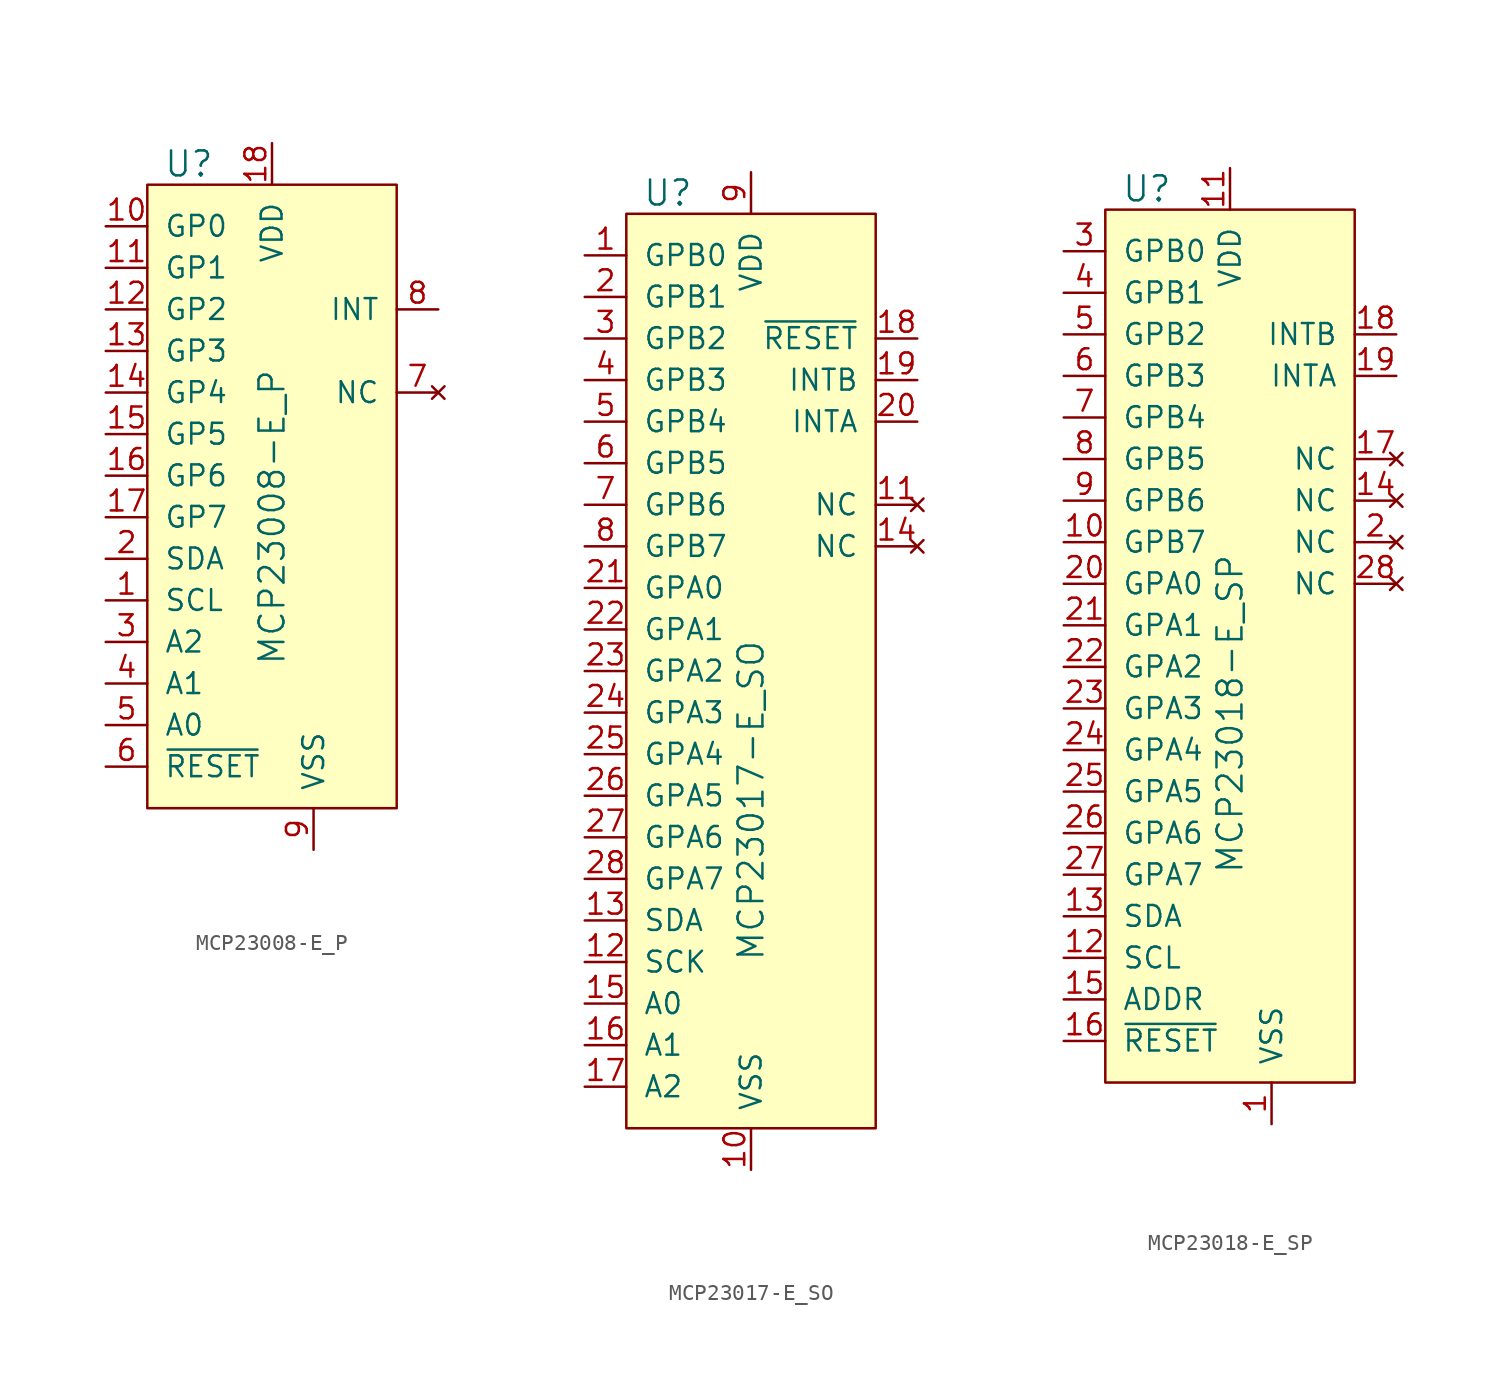
<source format=kicad_sym>
(kicad_symbol_lib
  (version 20231120)
  (generator "kicad_symbol_editor")
  (generator_version "8.0")
  (symbol "MCP23008-E_P"
    (pin_names
      (offset 1.016))
    (property "Reference" "U"
      (at -7.62 16.51 0)
      (effects (font (size 1.524 1.524))))
    (property "Value" "MCP23008-E_P"
      (at -2.54 -5.08 90)
      (effects (font (size 1.524 1.524))))
    (symbol "MCP23008-E_P_0_1"
      (rectangle (start -10.16 15.24) (end 5.08 -22.86) (stroke (width 0) (type solid)) (fill (type background))))
    (symbol "MCP23008-E_P_1_1"
      (pin input line (at -12.7 -10.16 0) (length 2.54) (name "SCL" (effects (font (size 1.27 1.27)))) (number "1" (effects (font (size 1.27 1.27)))))
      (pin bidirectional line (at -12.7 12.7 0) (length 2.54) (name "GP0" (effects (font (size 1.27 1.27)))) (number "10" (effects (font (size 1.27 1.27)))))
      (pin bidirectional line (at -12.7 10.16 0) (length 2.54) (name "GP1" (effects (font (size 1.27 1.27)))) (number "11" (effects (font (size 1.27 1.27)))))
      (pin bidirectional line (at -12.7 7.62 0) (length 2.54) (name "GP2" (effects (font (size 1.27 1.27)))) (number "12" (effects (font (size 1.27 1.27)))))
      (pin bidirectional line (at -12.7 5.08 0) (length 2.54) (name "GP3" (effects (font (size 1.27 1.27)))) (number "13" (effects (font (size 1.27 1.27)))))
      (pin bidirectional line (at -12.7 2.54 0) (length 2.54) (name "GP4" (effects (font (size 1.27 1.27)))) (number "14" (effects (font (size 1.27 1.27)))))
      (pin bidirectional line (at -12.7 0 0) (length 2.54) (name "GP5" (effects (font (size 1.27 1.27)))) (number "15" (effects (font (size 1.27 1.27)))))
      (pin bidirectional line (at -12.7 -2.54 0) (length 2.54) (name "GP6" (effects (font (size 1.27 1.27)))) (number "16" (effects (font (size 1.27 1.27)))))
      (pin bidirectional line (at -12.7 -5.08 0) (length 2.54) (name "GP7" (effects (font (size 1.27 1.27)))) (number "17" (effects (font (size 1.27 1.27)))))
      (pin power_in line (at -2.54 17.78 270) (length 2.54) (name "VDD" (effects (font (size 1.27 1.27)))) (number "18" (effects (font (size 1.27 1.27)))))
      (pin bidirectional line (at -12.7 -7.62 0) (length 2.54) (name "SDA" (effects (font (size 1.27 1.27)))) (number "2" (effects (font (size 1.27 1.27)))))
      (pin input line (at -12.7 -12.7 0) (length 2.54) (name "A2" (effects (font (size 1.27 1.27)))) (number "3" (effects (font (size 1.27 1.27)))))
      (pin input line (at -12.7 -15.24 0) (length 2.54) (name "A1" (effects (font (size 1.27 1.27)))) (number "4" (effects (font (size 1.27 1.27)))))
      (pin input line (at -12.7 -17.78 0) (length 2.54) (name "A0" (effects (font (size 1.27 1.27)))) (number "5" (effects (font (size 1.27 1.27)))))
      (pin input line (at -12.7 -20.32 0) (length 2.54) (name "~{RESET}" (effects (font (size 1.27 1.27)))) (number "6" (effects (font (size 1.27 1.27)))))
      (pin no_connect line (at 7.62 2.54 180) (length 2.54) (name "NC" (effects (font (size 1.27 1.27)))) (number "7" (effects (font (size 1.27 1.27)))))
      (pin output line (at 7.62 7.62 180) (length 2.54) (name "INT" (effects (font (size 1.27 1.27)))) (number "8" (effects (font (size 1.27 1.27)))))
      (pin power_in line (at 0 -25.4 90) (length 2.54) (name "VSS" (effects (font (size 1.27 1.27)))) (number "9" (effects (font (size 1.27 1.27)))))))
  (symbol "MCP23017-E_SO"
    (pin_names
      (offset 1.016))
    (property "Reference" "U"
      (at -2.54 19.05 0)
      (effects (font (size 1.524 1.524))))
    (property "Value" "MCP23017-E_SO"
      (at 2.54 -27.94 90)
      (effects (font (size 1.524 1.524)) (justify left)))
    (symbol "MCP23017-E_SO_0_1"
      (rectangle (start -5.08 17.78) (end 10.16 -38.1) (stroke (width 0) (type solid)) (fill (type background))))
    (symbol "MCP23017-E_SO_1_1"
      (pin bidirectional line (at -7.62 15.24 0) (length 2.54) (name "GPB0" (effects (font (size 1.27 1.27)))) (number "1" (effects (font (size 1.27 1.27)))))
      (pin power_in line (at 2.54 -40.64 90) (length 2.54) (name "VSS" (effects (font (size 1.27 1.27)))) (number "10" (effects (font (size 1.27 1.27)))))
      (pin no_connect line (at 12.7 0 180) (length 2.54) (name "NC" (effects (font (size 1.27 1.27)))) (number "11" (effects (font (size 1.27 1.27)))))
      (pin input line (at -7.62 -27.94 0) (length 2.54) (name "SCK" (effects (font (size 1.27 1.27)))) (number "12" (effects (font (size 1.27 1.27)))))
      (pin bidirectional line (at -7.62 -25.4 0) (length 2.54) (name "SDA" (effects (font (size 1.27 1.27)))) (number "13" (effects (font (size 1.27 1.27)))))
      (pin no_connect line (at 12.7 -2.54 180) (length 2.54) (name "NC" (effects (font (size 1.27 1.27)))) (number "14" (effects (font (size 1.27 1.27)))))
      (pin input line (at -7.62 -30.48 0) (length 2.54) (name "A0" (effects (font (size 1.27 1.27)))) (number "15" (effects (font (size 1.27 1.27)))))
      (pin input line (at -7.62 -33.02 0) (length 2.54) (name "A1" (effects (font (size 1.27 1.27)))) (number "16" (effects (font (size 1.27 1.27)))))
      (pin input line (at -7.62 -35.56 0) (length 2.54) (name "A2" (effects (font (size 1.27 1.27)))) (number "17" (effects (font (size 1.27 1.27)))))
      (pin output line (at 12.7 10.16 180) (length 2.54) (name "~{RESET}" (effects (font (size 1.27 1.27)))) (number "18" (effects (font (size 1.27 1.27)))))
      (pin output line (at 12.7 7.62 180) (length 2.54) (name "INTB" (effects (font (size 1.27 1.27)))) (number "19" (effects (font (size 1.27 1.27)))))
      (pin bidirectional line (at -7.62 12.7 0) (length 2.54) (name "GPB1" (effects (font (size 1.27 1.27)))) (number "2" (effects (font (size 1.27 1.27)))))
      (pin output line (at 12.7 5.08 180) (length 2.54) (name "INTA" (effects (font (size 1.27 1.27)))) (number "20" (effects (font (size 1.27 1.27)))))
      (pin bidirectional line (at -7.62 -5.08 0) (length 2.54) (name "GPA0" (effects (font (size 1.27 1.27)))) (number "21" (effects (font (size 1.27 1.27)))))
      (pin bidirectional line (at -7.62 -7.62 0) (length 2.54) (name "GPA1" (effects (font (size 1.27 1.27)))) (number "22" (effects (font (size 1.27 1.27)))))
      (pin bidirectional line (at -7.62 -10.16 0) (length 2.54) (name "GPA2" (effects (font (size 1.27 1.27)))) (number "23" (effects (font (size 1.27 1.27)))))
      (pin bidirectional line (at -7.62 -12.7 0) (length 2.54) (name "GPA3" (effects (font (size 1.27 1.27)))) (number "24" (effects (font (size 1.27 1.27)))))
      (pin bidirectional line (at -7.62 -15.24 0) (length 2.54) (name "GPA4" (effects (font (size 1.27 1.27)))) (number "25" (effects (font (size 1.27 1.27)))))
      (pin bidirectional line (at -7.62 -17.78 0) (length 2.54) (name "GPA5" (effects (font (size 1.27 1.27)))) (number "26" (effects (font (size 1.27 1.27)))))
      (pin bidirectional line (at -7.62 -20.32 0) (length 2.54) (name "GPA6" (effects (font (size 1.27 1.27)))) (number "27" (effects (font (size 1.27 1.27)))))
      (pin bidirectional line (at -7.62 -22.86 0) (length 2.54) (name "GPA7" (effects (font (size 1.27 1.27)))) (number "28" (effects (font (size 1.27 1.27)))))
      (pin bidirectional line (at -7.62 10.16 0) (length 2.54) (name "GPB2" (effects (font (size 1.27 1.27)))) (number "3" (effects (font (size 1.27 1.27)))))
      (pin bidirectional line (at -7.62 7.62 0) (length 2.54) (name "GPB3" (effects (font (size 1.27 1.27)))) (number "4" (effects (font (size 1.27 1.27)))))
      (pin bidirectional line (at -7.62 5.08 0) (length 2.54) (name "GPB4" (effects (font (size 1.27 1.27)))) (number "5" (effects (font (size 1.27 1.27)))))
      (pin bidirectional line (at -7.62 2.54 0) (length 2.54) (name "GPB5" (effects (font (size 1.27 1.27)))) (number "6" (effects (font (size 1.27 1.27)))))
      (pin bidirectional line (at -7.62 0 0) (length 2.54) (name "GPB6" (effects (font (size 1.27 1.27)))) (number "7" (effects (font (size 1.27 1.27)))))
      (pin bidirectional line (at -7.62 -2.54 0) (length 2.54) (name "GPB7" (effects (font (size 1.27 1.27)))) (number "8" (effects (font (size 1.27 1.27)))))
      (pin power_in line (at 2.54 20.32 270) (length 2.54) (name "VDD" (effects (font (size 1.27 1.27)))) (number "9" (effects (font (size 1.27 1.27)))))))
  (symbol "MCP23018-E_SP"
    (pin_names
      (offset 1.016))
    (property "Reference" "U"
      (at -2.54 19.05 0)
      (effects (font (size 1.524 1.524))))
    (property "Value" "MCP23018-E_SP"
      (at 2.54 -22.86 90)
      (effects (font (size 1.524 1.524)) (justify left)))
    (symbol "MCP23018-E_SP_0_1"
      (rectangle (start -5.08 17.78) (end 10.16 -35.56) (stroke (width 0) (type solid)) (fill (type background))))
    (symbol "MCP23018-E_SP_1_1"
      (pin power_in line (at 5.08 -38.1 90) (length 2.54) (name "VSS" (effects (font (size 1.27 1.27)))) (number "1" (effects (font (size 1.27 1.27)))))
      (pin bidirectional line (at -7.62 -2.54 0) (length 2.54) (name "GPB7" (effects (font (size 1.27 1.27)))) (number "10" (effects (font (size 1.27 1.27)))))
      (pin power_in line (at 2.54 20.32 270) (length 2.54) (name "VDD" (effects (font (size 1.27 1.27)))) (number "11" (effects (font (size 1.27 1.27)))))
      (pin input line (at -7.62 -27.94 0) (length 2.54) (name "SCL" (effects (font (size 1.27 1.27)))) (number "12" (effects (font (size 1.27 1.27)))))
      (pin bidirectional line (at -7.62 -25.4 0) (length 2.54) (name "SDA" (effects (font (size 1.27 1.27)))) (number "13" (effects (font (size 1.27 1.27)))))
      (pin no_connect line (at 12.7 0 180) (length 2.54) (name "NC" (effects (font (size 1.27 1.27)))) (number "14" (effects (font (size 1.27 1.27)))))
      (pin input line (at -7.62 -30.48 0) (length 2.54) (name "ADDR" (effects (font (size 1.27 1.27)))) (number "15" (effects (font (size 1.27 1.27)))))
      (pin input line (at -7.62 -33.02 0) (length 2.54) (name "~{RESET}" (effects (font (size 1.27 1.27)))) (number "16" (effects (font (size 1.27 1.27)))))
      (pin no_connect line (at 12.7 2.54 180) (length 2.54) (name "NC" (effects (font (size 1.27 1.27)))) (number "17" (effects (font (size 1.27 1.27)))))
      (pin output line (at 12.7 10.16 180) (length 2.54) (name "INTB" (effects (font (size 1.27 1.27)))) (number "18" (effects (font (size 1.27 1.27)))))
      (pin output line (at 12.7 7.62 180) (length 2.54) (name "INTA" (effects (font (size 1.27 1.27)))) (number "19" (effects (font (size 1.27 1.27)))))
      (pin no_connect line (at 12.7 -2.54 180) (length 2.54) (name "NC" (effects (font (size 1.27 1.27)))) (number "2" (effects (font (size 1.27 1.27)))))
      (pin bidirectional line (at -7.62 -5.08 0) (length 2.54) (name "GPA0" (effects (font (size 1.27 1.27)))) (number "20" (effects (font (size 1.27 1.27)))))
      (pin bidirectional line (at -7.62 -7.62 0) (length 2.54) (name "GPA1" (effects (font (size 1.27 1.27)))) (number "21" (effects (font (size 1.27 1.27)))))
      (pin bidirectional line (at -7.62 -10.16 0) (length 2.54) (name "GPA2" (effects (font (size 1.27 1.27)))) (number "22" (effects (font (size 1.27 1.27)))))
      (pin bidirectional line (at -7.62 -12.7 0) (length 2.54) (name "GPA3" (effects (font (size 1.27 1.27)))) (number "23" (effects (font (size 1.27 1.27)))))
      (pin bidirectional line (at -7.62 -15.24 0) (length 2.54) (name "GPA4" (effects (font (size 1.27 1.27)))) (number "24" (effects (font (size 1.27 1.27)))))
      (pin bidirectional line (at -7.62 -17.78 0) (length 2.54) (name "GPA5" (effects (font (size 1.27 1.27)))) (number "25" (effects (font (size 1.27 1.27)))))
      (pin bidirectional line (at -7.62 -20.32 0) (length 2.54) (name "GPA6" (effects (font (size 1.27 1.27)))) (number "26" (effects (font (size 1.27 1.27)))))
      (pin bidirectional line (at -7.62 -22.86 0) (length 2.54) (name "GPA7" (effects (font (size 1.27 1.27)))) (number "27" (effects (font (size 1.27 1.27)))))
      (pin no_connect line (at 12.7 -5.08 180) (length 2.54) (name "NC" (effects (font (size 1.27 1.27)))) (number "28" (effects (font (size 1.27 1.27)))))
      (pin bidirectional line (at -7.62 15.24 0) (length 2.54) (name "GPB0" (effects (font (size 1.27 1.27)))) (number "3" (effects (font (size 1.27 1.27)))))
      (pin bidirectional line (at -7.62 12.7 0) (length 2.54) (name "GPB1" (effects (font (size 1.27 1.27)))) (number "4" (effects (font (size 1.27 1.27)))))
      (pin bidirectional line (at -7.62 10.16 0) (length 2.54) (name "GPB2" (effects (font (size 1.27 1.27)))) (number "5" (effects (font (size 1.27 1.27)))))
      (pin bidirectional line (at -7.62 7.62 0) (length 2.54) (name "GPB3" (effects (font (size 1.27 1.27)))) (number "6" (effects (font (size 1.27 1.27)))))
      (pin bidirectional line (at -7.62 5.08 0) (length 2.54) (name "GPB4" (effects (font (size 1.27 1.27)))) (number "7" (effects (font (size 1.27 1.27)))))
      (pin bidirectional line (at -7.62 2.54 0) (length 2.54) (name "GPB5" (effects (font (size 1.27 1.27)))) (number "8" (effects (font (size 1.27 1.27)))))
      (pin bidirectional line (at -7.62 0 0) (length 2.54) (name "GPB6" (effects (font (size 1.27 1.27)))) (number "9" (effects (font (size 1.27 1.27))))))))
</source>
